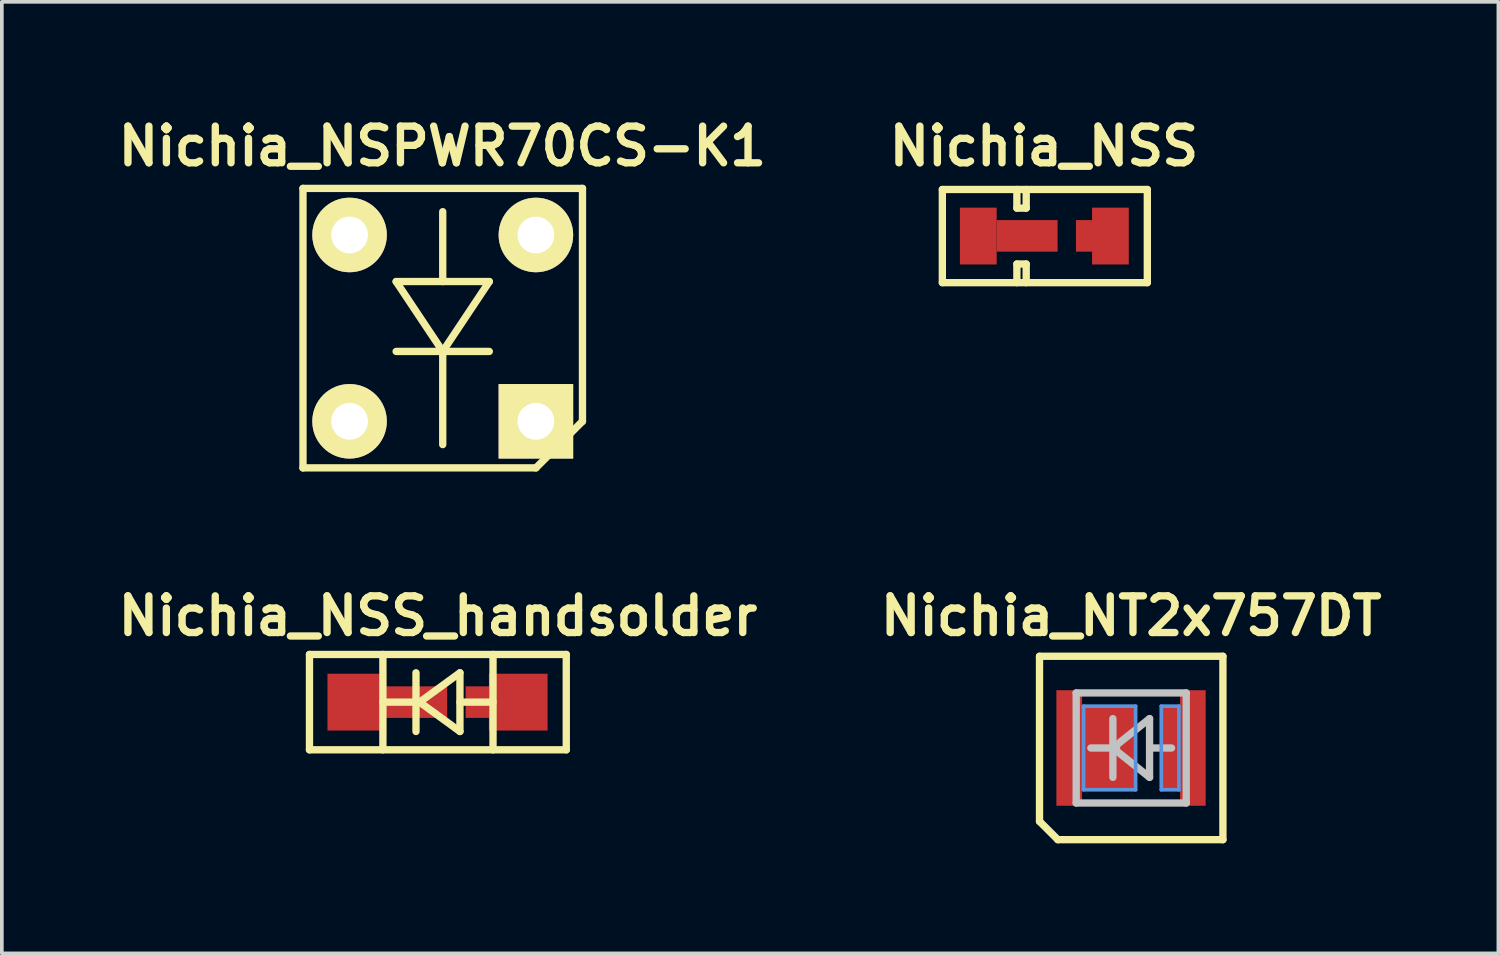
<source format=kicad_pcb>
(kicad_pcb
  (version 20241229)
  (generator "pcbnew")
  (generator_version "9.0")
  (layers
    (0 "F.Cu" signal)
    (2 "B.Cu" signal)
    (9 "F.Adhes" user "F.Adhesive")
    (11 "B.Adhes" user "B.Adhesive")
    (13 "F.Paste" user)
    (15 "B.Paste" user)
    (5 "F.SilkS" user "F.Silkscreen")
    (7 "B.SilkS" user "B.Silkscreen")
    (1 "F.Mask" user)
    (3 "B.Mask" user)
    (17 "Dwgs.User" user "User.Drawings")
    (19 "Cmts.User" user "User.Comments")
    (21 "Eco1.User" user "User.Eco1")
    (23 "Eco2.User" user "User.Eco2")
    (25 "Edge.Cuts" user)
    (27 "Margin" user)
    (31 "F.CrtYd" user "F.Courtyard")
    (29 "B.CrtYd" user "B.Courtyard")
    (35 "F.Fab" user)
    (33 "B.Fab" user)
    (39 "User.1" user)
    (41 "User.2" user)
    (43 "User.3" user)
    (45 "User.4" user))
  (footprint "Nichia_NSS"
    (layer "F.Cu")
    (at 25.435 3.386)
    (property "Reference" "Nichia_NSS" (at -0.025 -2.45 0) (layer "F.SilkS") (effects (font (size 1 1) (thickness 0.2))))
    (attr through_hole)
    (fp_line (start -2.794 -1.27) (end 2.794 -1.27) (stroke (width 0.2) (type solid)) (layer "F.SilkS"))
    (fp_line (start -2.794 1.27) (end -2.794 -1.27) (stroke (width 0.2) (type solid)) (layer "F.SilkS"))
    (fp_line (start -0.762 -1.27) (end -0.762 -0.762) (stroke (width 0.2) (type solid)) (layer "F.SilkS"))
    (fp_line (start -0.762 -0.762) (end -0.508 -0.762) (stroke (width 0.2) (type solid)) (layer "F.SilkS"))
    (fp_line (start -0.762 0.762) (end -0.508 0.762) (stroke (width 0.2) (type solid)) (layer "F.SilkS"))
    (fp_line (start -0.762 1.27) (end -0.762 0.762) (stroke (width 0.2) (type solid)) (layer "F.SilkS"))
    (fp_line (start -0.508 -0.762) (end -0.508 -1.27) (stroke (width 0.2) (type solid)) (layer "F.SilkS"))
    (fp_line (start -0.508 0.762) (end -0.508 1.27) (stroke (width 0.2) (type solid)) (layer "F.SilkS"))
    (fp_line (start 2.794 -1.27) (end 2.794 1.27) (stroke (width 0.2) (type solid)) (layer "F.SilkS"))
    (fp_line (start 2.794 1.27) (end -2.794 1.27) (stroke (width 0.2) (type solid)) (layer "F.SilkS"))
    (pad "1" smd rect (at 1.168 -0.005) (size 0.64 0.861) (layers "F.Cu" "F.Mask" "F.Paste"))
    (pad "1" smd rect (at 1.788 0) (size 1.001 1.549) (layers "F.Cu" "F.Mask" "F.Paste"))
    (pad "2" smd rect (at -1.814 0) (size 1.001 1.549) (layers "F.Cu" "F.Mask" "F.Paste"))
    (pad "2" smd rect (at -0.483 -0.005) (size 1.661 0.861) (layers "F.Cu" "F.Mask" "F.Paste")))
  (footprint "Nichia_NSPWR70CS-K1"
    (layer "F.Cu")
    (at 9.02 5.896)
    (property "Reference" "Nichia_NSPWR70CS-K1" (at -0.01 -4.96 0) (layer "F.SilkS") (effects (font (size 1 1) (thickness 0.2))))
    (attr through_hole)
    (fp_line (start -3.81 -3.81) (end 3.81 -3.81) (stroke (width 0.2) (type solid)) (layer "F.SilkS"))
    (fp_line (start -3.81 3.81) (end -3.81 -3.81) (stroke (width 0.2) (type solid)) (layer "F.SilkS"))
    (fp_line (start -1.27 -1.27) (end 0 0.635) (stroke (width 0.2) (type solid)) (layer "F.SilkS"))
    (fp_line (start -1.27 0.635) (end 1.27 0.635) (stroke (width 0.2) (type solid)) (layer "F.SilkS"))
    (fp_line (start 0 -1.27) (end 0 -3.175) (stroke (width 0.2) (type solid)) (layer "F.SilkS"))
    (fp_line (start 0 0.635) (end 0 3.175) (stroke (width 0.2) (type solid)) (layer "F.SilkS"))
    (fp_line (start 0 0.635) (end 1.27 -1.27) (stroke (width 0.2) (type solid)) (layer "F.SilkS"))
    (fp_line (start 1.27 -1.27) (end -1.27 -1.27) (stroke (width 0.2) (type solid)) (layer "F.SilkS"))
    (fp_line (start 2.54 3.81) (end -3.81 3.81) (stroke (width 0.2) (type solid)) (layer "F.SilkS"))
    (fp_line (start 3.81 -3.81) (end 3.81 2.54) (stroke (width 0.2) (type solid)) (layer "F.SilkS"))
    (fp_line (start 3.81 2.54) (end 2.54 3.81) (stroke (width 0.2) (type solid)) (layer "F.SilkS"))
    (pad "1" thru_hole rect (at 2.54 2.54) (size 2.032 2.032) (drill 1.001) (layers "*.Cu" "*.Mask" "F.SilkS"))
    (pad "2" thru_hole circle (at 2.54 -2.54) (size 2.032 2.032) (drill 1.001) (layers "*.Cu" "*.Mask" "F.SilkS"))
    (pad "3" thru_hole circle (at -2.54 -2.54) (size 2.032 2.032) (drill 1.001) (layers "*.Cu" "*.Mask" "F.SilkS"))
    (pad "4" thru_hole circle (at -2.54 2.54) (size 2.032 2.032) (drill 1.001) (layers "*.Cu" "*.Mask" "F.SilkS")))
  (footprint "Nichia_NT2x757DT"
    (layer "F.Cu")
    (at 27.79 17.342)
    (property "Reference" "Nichia_NT2x757DT" (at 0 -3.6 0) (layer "F.SilkS") (effects (font (size 1 1) (thickness 0.2))))
    (attr through_hole)
    (fp_line (start -2.5 -2.5) (end 2.5 -2.5) (stroke (width 0.2) (type solid)) (layer "F.SilkS"))
    (fp_line (start -2.5 2) (end -2.5 -2.5) (stroke (width 0.2) (type solid)) (layer "F.SilkS"))
    (fp_line (start -2 2.5) (end -2.5 2) (stroke (width 0.2) (type solid)) (layer "F.SilkS"))
    (fp_line (start 2.5 -2.5) (end 2.5 2.5) (stroke (width 0.2) (type solid)) (layer "F.SilkS"))
    (fp_line (start 2.5 2.5) (end -2 2.5) (stroke (width 0.2) (type solid)) (layer "F.SilkS"))
    (fp_line (start -1.5 -1.5) (end 1.5 -1.5) (stroke (width 0.2) (type solid)) (layer "Dwgs.User"))
    (fp_line (start -1.5 1.5) (end -1.5 -1.5) (stroke (width 0.2) (type solid)) (layer "Dwgs.User"))
    (fp_line (start -1.1 0) (end -0.4 0) (stroke (width 0.2) (type solid)) (layer "Dwgs.User"))
    (fp_line (start -0.5 0) (end 0.5 -0.8) (stroke (width 0.2) (type solid)) (layer "Dwgs.User"))
    (fp_line (start -0.5 0.8) (end -0.5 -0.8) (stroke (width 0.2) (type solid)) (layer "Dwgs.User"))
    (fp_line (start 0.5 -0.8) (end 0.5 0.8) (stroke (width 0.2) (type solid)) (layer "Dwgs.User"))
    (fp_line (start 0.5 0.8) (end -0.5 0) (stroke (width 0.2) (type solid)) (layer "Dwgs.User"))
    (fp_line (start 1.1 0) (end 0.6 0) (stroke (width 0.2) (type solid)) (layer "Dwgs.User"))
    (fp_line (start 1.5 -1.5) (end 1.5 1.5) (stroke (width 0.2) (type solid)) (layer "Dwgs.User"))
    (fp_line (start 1.5 1.5) (end -1.5 1.5) (stroke (width 0.2) (type solid)) (layer "Dwgs.User"))
    (fp_line (start -1.3 -1.14) (end 0.12 -1.14) (stroke (width 0.1) (type solid)) (layer "Cmts.User"))
    (fp_line (start -1.3 1.14) (end -1.3 -1.14) (stroke (width 0.1) (type solid)) (layer "Cmts.User"))
    (fp_line (start 0.12 -1.14) (end 0.12 1.14) (stroke (width 0.1) (type solid)) (layer "Cmts.User"))
    (fp_line (start 0.12 1.14) (end -1.3 1.14) (stroke (width 0.1) (type solid)) (layer "Cmts.User"))
    (fp_line (start 0.82 -1.14) (end 1.3 -1.14) (stroke (width 0.1) (type solid)) (layer "Cmts.User"))
    (fp_line (start 0.82 1.14) (end 0.82 -1.14) (stroke (width 0.1) (type solid)) (layer "Cmts.User"))
    (fp_line (start 1.3 -1.14) (end 1.3 1.14) (stroke (width 0.1) (type solid)) (layer "Cmts.User"))
    (fp_line (start 1.3 1.14) (end 0.82 1.14) (stroke (width 0.1) (type solid)) (layer "Cmts.User"))
    (pad "1" smd rect (at 1.1 0) (size 0.58 2.3) (layers "F.Cu" "F.Mask" "F.Paste"))
    (pad "1" smd rect (at 1.68 0) (size 0.7 3.15) (layers "F.Cu" "F.Mask" "F.Paste"))
    (pad "2" smd rect (at -1.69 0) (size 0.7 3.15) (layers "F.Cu" "F.Mask" "F.Paste"))
    (pad "2" smd rect (at -0.63 0) (size 1.53 2.3) (layers "F.Cu" "F.Mask" "F.Paste")))
  (footprint "Nichia_NSS_handsolder"
    (layer "F.Cu")
    (at 8.89 16.092)
    (property "Reference" "Nichia_NSS_handsolder" (at 0 -2.35 0) (layer "F.SilkS") (effects (font (size 1 1) (thickness 0.2))))
    (attr through_hole)
    (fp_line (start -3.503 -1.3) (end 3.498 -1.3) (stroke (width 0.2) (type solid)) (layer "F.SilkS"))
    (fp_line (start -3.503 1.3) (end -3.503 -1.3) (stroke (width 0.2) (type solid)) (layer "F.SilkS"))
    (fp_line (start -1.501 -1.3) (end -1.501 1.3) (stroke (width 0.2) (type solid)) (layer "F.SilkS"))
    (fp_line (start -0.6 0) (end -1.5 0) (stroke (width 0.2) (type solid)) (layer "F.SilkS"))
    (fp_line (start -0.599 0) (end -0.599 -0.8) (stroke (width 0.2) (type solid)) (layer "F.SilkS"))
    (fp_line (start -0.599 0) (end -0.599 0.8) (stroke (width 0.2) (type solid)) (layer "F.SilkS"))
    (fp_line (start -0.5 0) (end 0.599 -0.8) (stroke (width 0.2) (type solid)) (layer "F.SilkS"))
    (fp_line (start 0.599 -0.8) (end 0.599 0.8) (stroke (width 0.2) (type solid)) (layer "F.SilkS"))
    (fp_line (start 0.599 0.8) (end -0.5 0) (stroke (width 0.2) (type solid)) (layer "F.SilkS"))
    (fp_line (start 0.6 0) (end 1.5 0) (stroke (width 0.2) (type solid)) (layer "F.SilkS"))
    (fp_line (start 1.501 -1.3) (end 1.501 1.3) (stroke (width 0.2) (type solid)) (layer "F.SilkS"))
    (fp_line (start 3.498 -1.3) (end 3.498 1.3) (stroke (width 0.2) (type solid)) (layer "F.SilkS"))
    (fp_line (start 3.498 1.3) (end -3.503 1.3) (stroke (width 0.2) (type solid)) (layer "F.SilkS"))
    (pad "1" smd rect (at 1.079 0) (size 0.65 0.861) (layers "F.Cu" "F.Mask" "F.Paste"))
    (pad "1" smd rect (at 2.189 0) (size 1.6 1.549) (layers "F.Cu" "F.Mask" "F.Paste"))
    (pad "2" smd rect (at -2.212 0) (size 1.6 1.549) (layers "F.Cu" "F.Mask" "F.Paste"))
    (pad "2" smd rect (at -0.599 0) (size 1.699 0.861) (layers "F.Cu" "F.Mask" "F.Paste")))
  (gr_rect
    (start -3 -3)
    (end 37.8 22.942)
    (stroke (width 0.1) (type default))
    (fill no)
    (layer "Edge.Cuts")))
</source>
